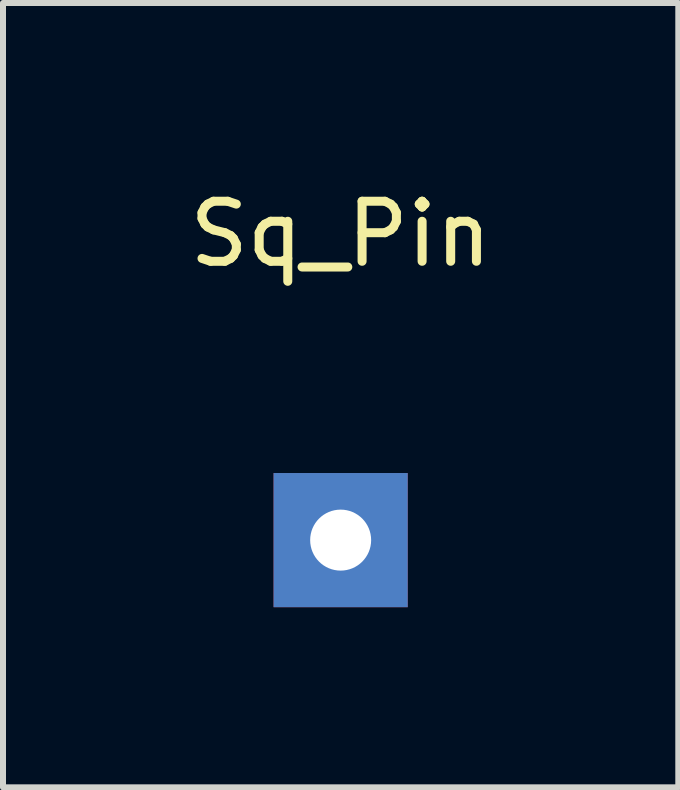
<source format=kicad_pcb>
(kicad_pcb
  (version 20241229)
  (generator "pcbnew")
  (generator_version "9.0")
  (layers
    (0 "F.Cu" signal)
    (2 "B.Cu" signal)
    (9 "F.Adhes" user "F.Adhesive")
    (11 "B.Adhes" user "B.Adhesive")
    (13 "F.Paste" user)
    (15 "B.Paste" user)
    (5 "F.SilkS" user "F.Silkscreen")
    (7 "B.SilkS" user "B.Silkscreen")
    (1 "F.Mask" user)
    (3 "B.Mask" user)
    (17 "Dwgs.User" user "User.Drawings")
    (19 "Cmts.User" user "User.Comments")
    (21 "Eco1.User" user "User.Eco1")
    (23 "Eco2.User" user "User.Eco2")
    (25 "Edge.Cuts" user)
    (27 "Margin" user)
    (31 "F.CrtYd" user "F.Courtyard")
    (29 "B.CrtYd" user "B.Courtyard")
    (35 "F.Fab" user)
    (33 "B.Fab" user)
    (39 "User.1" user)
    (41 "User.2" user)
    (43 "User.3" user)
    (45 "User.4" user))
  (footprint "Sq_Pin"
    (layer "F.Cu")
    (at 2.625 5.948)
    (property "Reference" "Sq_Pin" (at 0 -5.1 0) (layer "F.SilkS") (effects (font (size 1 1) (thickness 0.15))))
    (attr through_hole)
    (pad "1" thru_hole rect (at 0 0) (size 2.235 2.235) (drill 1.016) (layers "*.Cu" "*.Mask")))
  (gr_rect
    (start -3 -3)
    (end 8.25 10.066)
    (stroke (width 0.1) (type default))
    (fill no)
    (layer "Edge.Cuts")))
</source>
